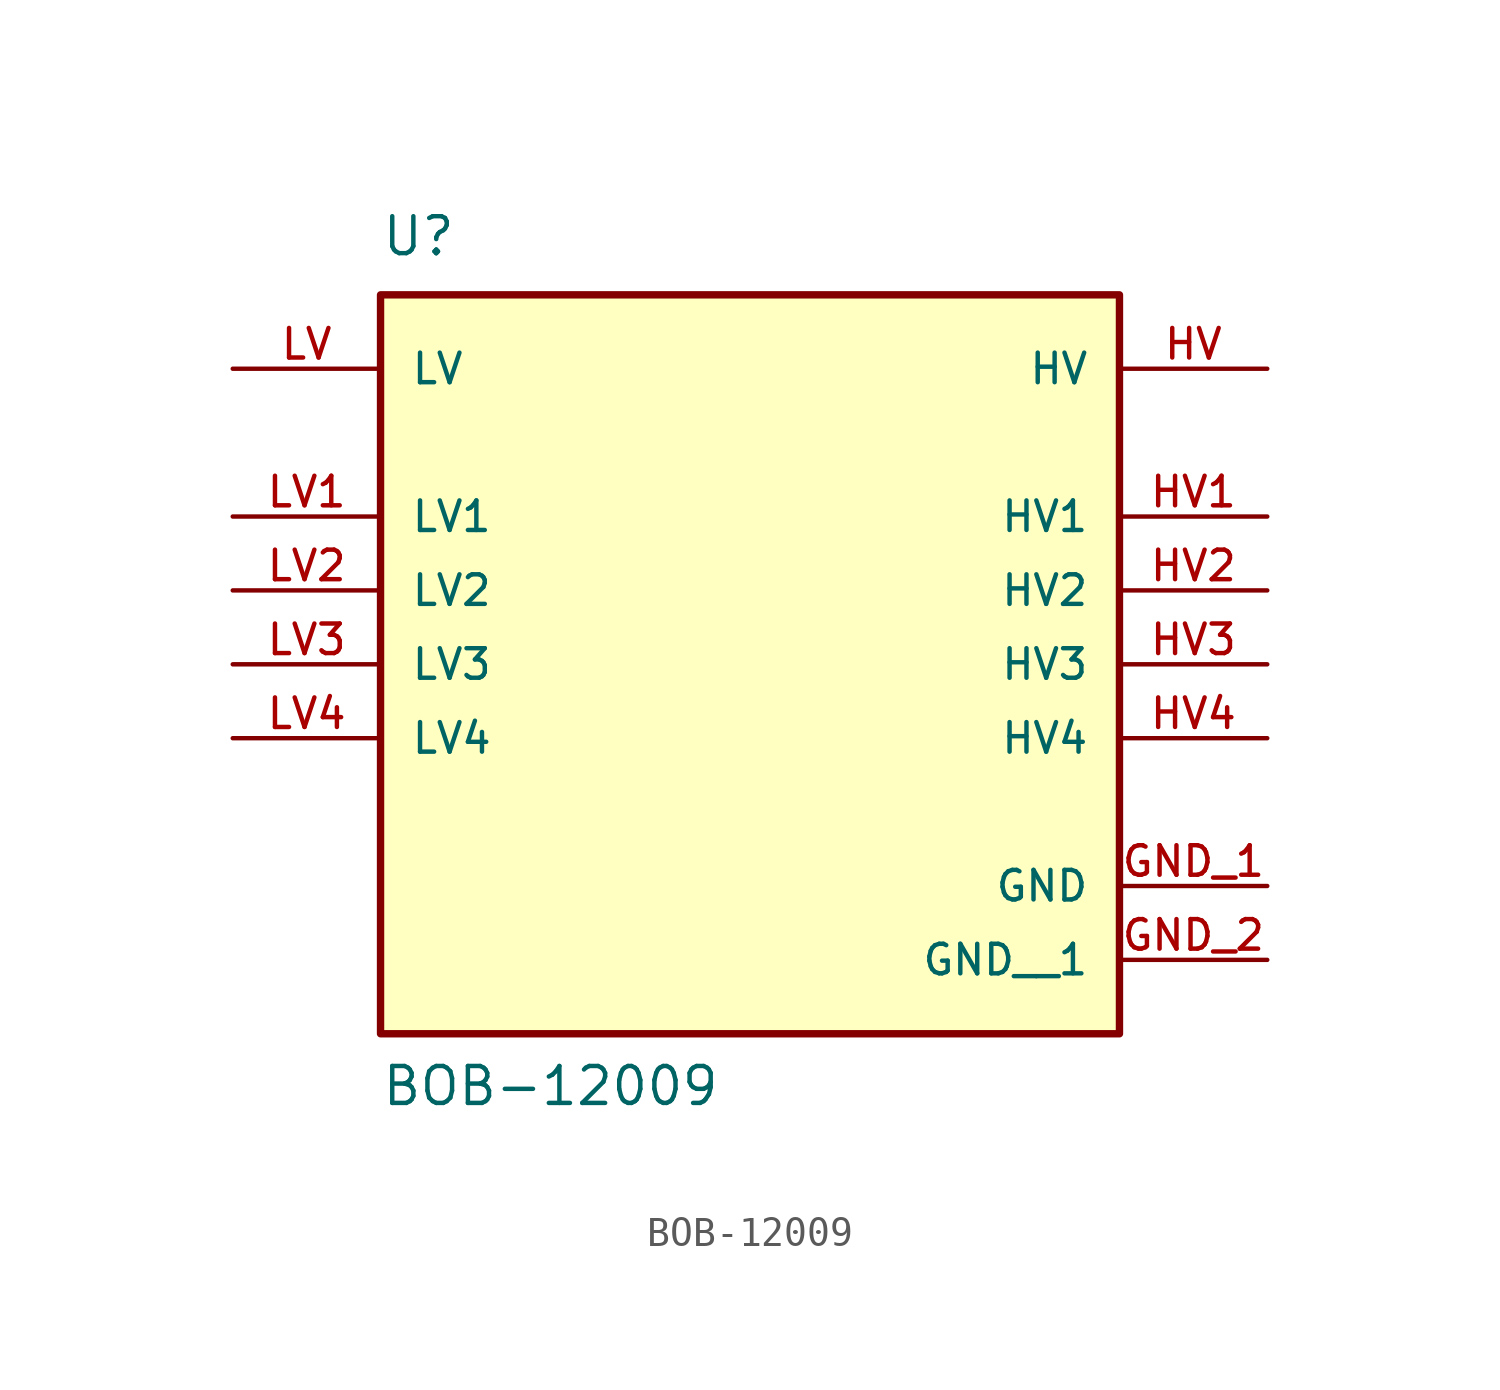
<source format=kicad_sym>
(kicad_symbol_lib
  (version 20211014)
  (generator kicad_symbol_editor)
  (symbol "BOB-12009"
    (pin_names
      (offset 1.016))
    (property "Reference" "U"
      (at -12.7 11.43 0)
      (effects (font (size 1.27 1.27)) (justify bottom left)))
    (property "Value" "BOB-12009"
      (at -12.7 -17.78 0)
      (effects (font (size 1.27 1.27)) (justify bottom left)))
    (symbol "BOB-12009_0_0"
      (rectangle (start -12.7 -15.24) (end 12.7 10.16) (stroke (width 0.254)) (fill (type background)))
      (pin bidirectional line (at -17.78 7.62 0) (length 5.08) (name "LV" (effects (font (size 1.016 1.016)))) (number "LV" (effects (font (size 1.016 1.016)))))
      (pin bidirectional line (at 17.78 7.62 180.0) (length 5.08) (name "HV" (effects (font (size 1.016 1.016)))) (number "HV" (effects (font (size 1.016 1.016)))))
      (pin bidirectional line (at -17.78 2.54 0) (length 5.08) (name "LV1" (effects (font (size 1.016 1.016)))) (number "LV1" (effects (font (size 1.016 1.016)))))
      (pin bidirectional line (at -17.78 0.0 0) (length 5.08) (name "LV2" (effects (font (size 1.016 1.016)))) (number "LV2" (effects (font (size 1.016 1.016)))))
      (pin bidirectional line (at 17.78 2.54 180.0) (length 5.08) (name "HV1" (effects (font (size 1.016 1.016)))) (number "HV1" (effects (font (size 1.016 1.016)))))
      (pin bidirectional line (at 17.78 0.0 180.0) (length 5.08) (name "HV2" (effects (font (size 1.016 1.016)))) (number "HV2" (effects (font (size 1.016 1.016)))))
      (pin bidirectional line (at 17.78 -2.54 180.0) (length 5.08) (name "HV3" (effects (font (size 1.016 1.016)))) (number "HV3" (effects (font (size 1.016 1.016)))))
      (pin bidirectional line (at 17.78 -5.08 180.0) (length 5.08) (name "HV4" (effects (font (size 1.016 1.016)))) (number "HV4" (effects (font (size 1.016 1.016)))))
      (pin bidirectional line (at -17.78 -2.54 0) (length 5.08) (name "LV3" (effects (font (size 1.016 1.016)))) (number "LV3" (effects (font (size 1.016 1.016)))))
      (pin bidirectional line (at -17.78 -5.08 0) (length 5.08) (name "LV4" (effects (font (size 1.016 1.016)))) (number "LV4" (effects (font (size 1.016 1.016)))))
      (pin power_in line (at 17.78 -10.16 180.0) (length 5.08) (name "GND" (effects (font (size 1.016 1.016)))) (number "GND_1" (effects (font (size 1.016 1.016)))))
      (pin power_in line (at 17.78 -12.7 180.0) (length 5.08) (name "GND__1" (effects (font (size 1.016 1.016)))) (number "GND_2" (effects (font (size 1.016 1.016))))))))
</source>
